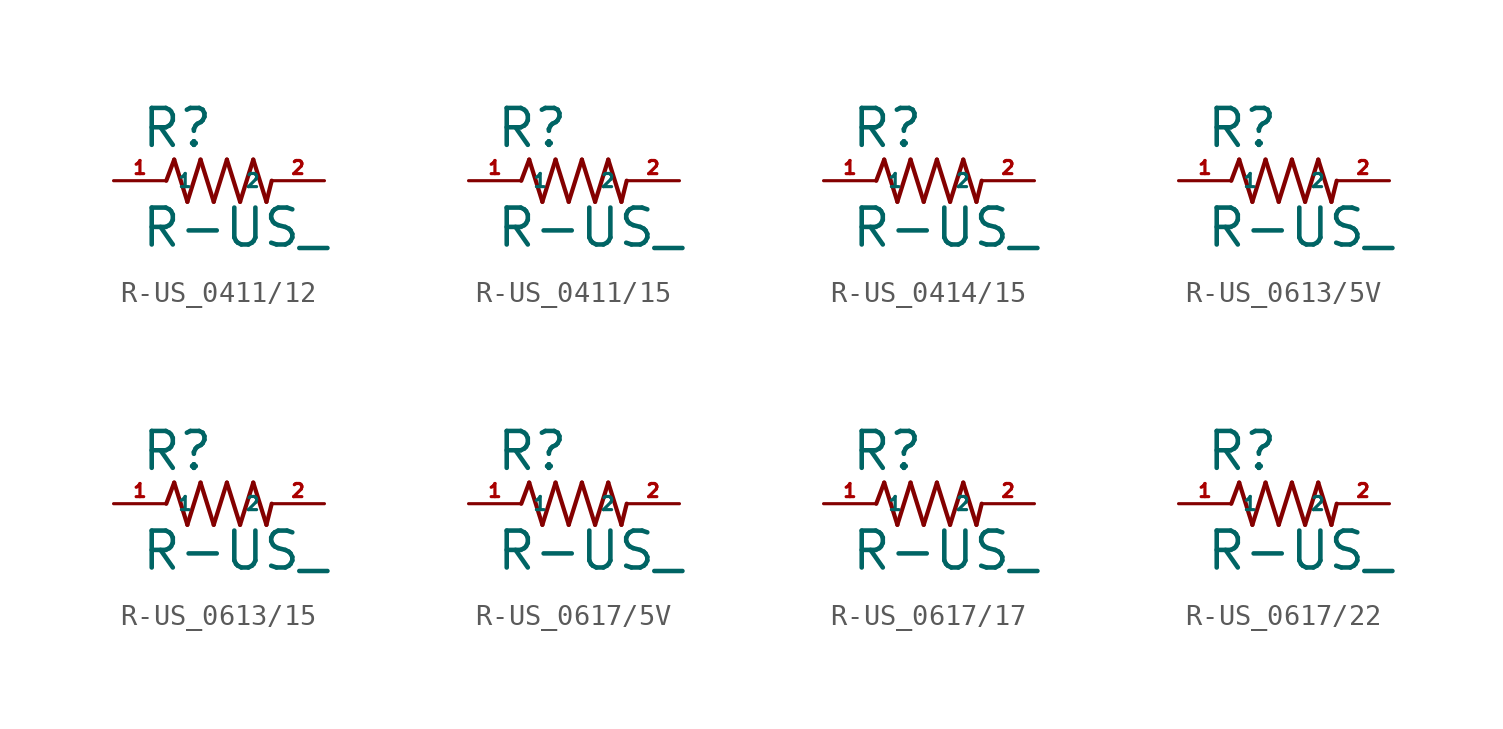
<source format=kicad_sym>
(kicad_symbol_lib
  (version 20220914)
  (generator Eagle2Kicad)
  (symbol "R-US_0411/12"
    (property "Reference" "R"
      (at -3.81 1.499 0)
      (effects (font (size 1.778 1.778) (thickness 0.22)) (justify left bottom)))
    (property "Value" "R-US_"
      (at -3.81 -3.302 0)
      (effects (font (size 1.778 1.778) (thickness 0.22)) (justify left bottom)))
    (polyline
      (pts (xy -2.54 0) (xy -2.159 1.016))
      (stroke (width 0.203) (type default))
      (fill (type none)))
    (polyline
      (pts (xy -2.159 1.016) (xy -1.524 -1.016))
      (stroke (width 0.203) (type default))
      (fill (type none)))
    (polyline
      (pts (xy -1.524 -1.016) (xy -0.889 1.016))
      (stroke (width 0.203) (type default))
      (fill (type none)))
    (polyline
      (pts (xy -0.889 1.016) (xy -0.254 -1.016))
      (stroke (width 0.203) (type default))
      (fill (type none)))
    (polyline
      (pts (xy -0.254 -1.016) (xy 0.381 1.016))
      (stroke (width 0.203) (type default))
      (fill (type none)))
    (polyline
      (pts (xy 0.381 1.016) (xy 1.016 -1.016))
      (stroke (width 0.203) (type default))
      (fill (type none)))
    (polyline
      (pts (xy 1.016 -1.016) (xy 1.651 1.016))
      (stroke (width 0.203) (type default))
      (fill (type none)))
    (polyline
      (pts (xy 1.651 1.016) (xy 2.286 -1.016))
      (stroke (width 0.203) (type default))
      (fill (type none)))
    (polyline
      (pts (xy 2.286 -1.016) (xy 2.54 0))
      (stroke (width 0.203) (type default))
      (fill (type none)))
    (pin passive line
      (at 5.08 0 180)
      (length 2.54)
      (name "2" (effects (font (size 0.635 0.635) (thickness 0.08)) (justify left bottom)))
      (number "2" (effects (font (size 0.635 0.635) (thickness 0.08)) (justify left bottom))))
    (pin passive line
      (at -5.08 0 0)
      (length 2.54)
      (name "1" (effects (font (size 0.635 0.635) (thickness 0.08)) (justify left bottom)))
      (number "1" (effects (font (size 0.635 0.635) (thickness 0.08)) (justify left bottom)))))
  (symbol "R-US_0411/15"
    (property "Reference" "R"
      (at -3.81 1.499 0)
      (effects (font (size 1.778 1.778) (thickness 0.22)) (justify left bottom)))
    (property "Value" "R-US_"
      (at -3.81 -3.302 0)
      (effects (font (size 1.778 1.778) (thickness 0.22)) (justify left bottom)))
    (polyline
      (pts (xy -2.54 0) (xy -2.159 1.016))
      (stroke (width 0.203) (type default))
      (fill (type none)))
    (polyline
      (pts (xy -2.159 1.016) (xy -1.524 -1.016))
      (stroke (width 0.203) (type default))
      (fill (type none)))
    (polyline
      (pts (xy -1.524 -1.016) (xy -0.889 1.016))
      (stroke (width 0.203) (type default))
      (fill (type none)))
    (polyline
      (pts (xy -0.889 1.016) (xy -0.254 -1.016))
      (stroke (width 0.203) (type default))
      (fill (type none)))
    (polyline
      (pts (xy -0.254 -1.016) (xy 0.381 1.016))
      (stroke (width 0.203) (type default))
      (fill (type none)))
    (polyline
      (pts (xy 0.381 1.016) (xy 1.016 -1.016))
      (stroke (width 0.203) (type default))
      (fill (type none)))
    (polyline
      (pts (xy 1.016 -1.016) (xy 1.651 1.016))
      (stroke (width 0.203) (type default))
      (fill (type none)))
    (polyline
      (pts (xy 1.651 1.016) (xy 2.286 -1.016))
      (stroke (width 0.203) (type default))
      (fill (type none)))
    (polyline
      (pts (xy 2.286 -1.016) (xy 2.54 0))
      (stroke (width 0.203) (type default))
      (fill (type none)))
    (pin passive line
      (at 5.08 0 180)
      (length 2.54)
      (name "2" (effects (font (size 0.635 0.635) (thickness 0.08)) (justify left bottom)))
      (number "2" (effects (font (size 0.635 0.635) (thickness 0.08)) (justify left bottom))))
    (pin passive line
      (at -5.08 0 0)
      (length 2.54)
      (name "1" (effects (font (size 0.635 0.635) (thickness 0.08)) (justify left bottom)))
      (number "1" (effects (font (size 0.635 0.635) (thickness 0.08)) (justify left bottom)))))
  (symbol "R-US_0414/15"
    (property "Reference" "R"
      (at -3.81 1.499 0)
      (effects (font (size 1.778 1.778) (thickness 0.22)) (justify left bottom)))
    (property "Value" "R-US_"
      (at -3.81 -3.302 0)
      (effects (font (size 1.778 1.778) (thickness 0.22)) (justify left bottom)))
    (polyline
      (pts (xy -2.54 0) (xy -2.159 1.016))
      (stroke (width 0.203) (type default))
      (fill (type none)))
    (polyline
      (pts (xy -2.159 1.016) (xy -1.524 -1.016))
      (stroke (width 0.203) (type default))
      (fill (type none)))
    (polyline
      (pts (xy -1.524 -1.016) (xy -0.889 1.016))
      (stroke (width 0.203) (type default))
      (fill (type none)))
    (polyline
      (pts (xy -0.889 1.016) (xy -0.254 -1.016))
      (stroke (width 0.203) (type default))
      (fill (type none)))
    (polyline
      (pts (xy -0.254 -1.016) (xy 0.381 1.016))
      (stroke (width 0.203) (type default))
      (fill (type none)))
    (polyline
      (pts (xy 0.381 1.016) (xy 1.016 -1.016))
      (stroke (width 0.203) (type default))
      (fill (type none)))
    (polyline
      (pts (xy 1.016 -1.016) (xy 1.651 1.016))
      (stroke (width 0.203) (type default))
      (fill (type none)))
    (polyline
      (pts (xy 1.651 1.016) (xy 2.286 -1.016))
      (stroke (width 0.203) (type default))
      (fill (type none)))
    (polyline
      (pts (xy 2.286 -1.016) (xy 2.54 0))
      (stroke (width 0.203) (type default))
      (fill (type none)))
    (pin passive line
      (at 5.08 0 180)
      (length 2.54)
      (name "2" (effects (font (size 0.635 0.635) (thickness 0.08)) (justify left bottom)))
      (number "2" (effects (font (size 0.635 0.635) (thickness 0.08)) (justify left bottom))))
    (pin passive line
      (at -5.08 0 0)
      (length 2.54)
      (name "1" (effects (font (size 0.635 0.635) (thickness 0.08)) (justify left bottom)))
      (number "1" (effects (font (size 0.635 0.635) (thickness 0.08)) (justify left bottom)))))
  (symbol "R-US_0613/5V"
    (property "Reference" "R"
      (at -3.81 1.499 0)
      (effects (font (size 1.778 1.778) (thickness 0.22)) (justify left bottom)))
    (property "Value" "R-US_"
      (at -3.81 -3.302 0)
      (effects (font (size 1.778 1.778) (thickness 0.22)) (justify left bottom)))
    (polyline
      (pts (xy -2.54 0) (xy -2.159 1.016))
      (stroke (width 0.203) (type default))
      (fill (type none)))
    (polyline
      (pts (xy -2.159 1.016) (xy -1.524 -1.016))
      (stroke (width 0.203) (type default))
      (fill (type none)))
    (polyline
      (pts (xy -1.524 -1.016) (xy -0.889 1.016))
      (stroke (width 0.203) (type default))
      (fill (type none)))
    (polyline
      (pts (xy -0.889 1.016) (xy -0.254 -1.016))
      (stroke (width 0.203) (type default))
      (fill (type none)))
    (polyline
      (pts (xy -0.254 -1.016) (xy 0.381 1.016))
      (stroke (width 0.203) (type default))
      (fill (type none)))
    (polyline
      (pts (xy 0.381 1.016) (xy 1.016 -1.016))
      (stroke (width 0.203) (type default))
      (fill (type none)))
    (polyline
      (pts (xy 1.016 -1.016) (xy 1.651 1.016))
      (stroke (width 0.203) (type default))
      (fill (type none)))
    (polyline
      (pts (xy 1.651 1.016) (xy 2.286 -1.016))
      (stroke (width 0.203) (type default))
      (fill (type none)))
    (polyline
      (pts (xy 2.286 -1.016) (xy 2.54 0))
      (stroke (width 0.203) (type default))
      (fill (type none)))
    (pin passive line
      (at 5.08 0 180)
      (length 2.54)
      (name "2" (effects (font (size 0.635 0.635) (thickness 0.08)) (justify left bottom)))
      (number "2" (effects (font (size 0.635 0.635) (thickness 0.08)) (justify left bottom))))
    (pin passive line
      (at -5.08 0 0)
      (length 2.54)
      (name "1" (effects (font (size 0.635 0.635) (thickness 0.08)) (justify left bottom)))
      (number "1" (effects (font (size 0.635 0.635) (thickness 0.08)) (justify left bottom)))))
  (symbol "R-US_0613/15"
    (property "Reference" "R"
      (at -3.81 1.499 0)
      (effects (font (size 1.778 1.778) (thickness 0.22)) (justify left bottom)))
    (property "Value" "R-US_"
      (at -3.81 -3.302 0)
      (effects (font (size 1.778 1.778) (thickness 0.22)) (justify left bottom)))
    (polyline
      (pts (xy -2.54 0) (xy -2.159 1.016))
      (stroke (width 0.203) (type default))
      (fill (type none)))
    (polyline
      (pts (xy -2.159 1.016) (xy -1.524 -1.016))
      (stroke (width 0.203) (type default))
      (fill (type none)))
    (polyline
      (pts (xy -1.524 -1.016) (xy -0.889 1.016))
      (stroke (width 0.203) (type default))
      (fill (type none)))
    (polyline
      (pts (xy -0.889 1.016) (xy -0.254 -1.016))
      (stroke (width 0.203) (type default))
      (fill (type none)))
    (polyline
      (pts (xy -0.254 -1.016) (xy 0.381 1.016))
      (stroke (width 0.203) (type default))
      (fill (type none)))
    (polyline
      (pts (xy 0.381 1.016) (xy 1.016 -1.016))
      (stroke (width 0.203) (type default))
      (fill (type none)))
    (polyline
      (pts (xy 1.016 -1.016) (xy 1.651 1.016))
      (stroke (width 0.203) (type default))
      (fill (type none)))
    (polyline
      (pts (xy 1.651 1.016) (xy 2.286 -1.016))
      (stroke (width 0.203) (type default))
      (fill (type none)))
    (polyline
      (pts (xy 2.286 -1.016) (xy 2.54 0))
      (stroke (width 0.203) (type default))
      (fill (type none)))
    (pin passive line
      (at 5.08 0 180)
      (length 2.54)
      (name "2" (effects (font (size 0.635 0.635) (thickness 0.08)) (justify left bottom)))
      (number "2" (effects (font (size 0.635 0.635) (thickness 0.08)) (justify left bottom))))
    (pin passive line
      (at -5.08 0 0)
      (length 2.54)
      (name "1" (effects (font (size 0.635 0.635) (thickness 0.08)) (justify left bottom)))
      (number "1" (effects (font (size 0.635 0.635) (thickness 0.08)) (justify left bottom)))))
  (symbol "R-US_0617/5V"
    (property "Reference" "R"
      (at -3.81 1.499 0)
      (effects (font (size 1.778 1.778) (thickness 0.22)) (justify left bottom)))
    (property "Value" "R-US_"
      (at -3.81 -3.302 0)
      (effects (font (size 1.778 1.778) (thickness 0.22)) (justify left bottom)))
    (polyline
      (pts (xy -2.54 0) (xy -2.159 1.016))
      (stroke (width 0.203) (type default))
      (fill (type none)))
    (polyline
      (pts (xy -2.159 1.016) (xy -1.524 -1.016))
      (stroke (width 0.203) (type default))
      (fill (type none)))
    (polyline
      (pts (xy -1.524 -1.016) (xy -0.889 1.016))
      (stroke (width 0.203) (type default))
      (fill (type none)))
    (polyline
      (pts (xy -0.889 1.016) (xy -0.254 -1.016))
      (stroke (width 0.203) (type default))
      (fill (type none)))
    (polyline
      (pts (xy -0.254 -1.016) (xy 0.381 1.016))
      (stroke (width 0.203) (type default))
      (fill (type none)))
    (polyline
      (pts (xy 0.381 1.016) (xy 1.016 -1.016))
      (stroke (width 0.203) (type default))
      (fill (type none)))
    (polyline
      (pts (xy 1.016 -1.016) (xy 1.651 1.016))
      (stroke (width 0.203) (type default))
      (fill (type none)))
    (polyline
      (pts (xy 1.651 1.016) (xy 2.286 -1.016))
      (stroke (width 0.203) (type default))
      (fill (type none)))
    (polyline
      (pts (xy 2.286 -1.016) (xy 2.54 0))
      (stroke (width 0.203) (type default))
      (fill (type none)))
    (pin passive line
      (at 5.08 0 180)
      (length 2.54)
      (name "2" (effects (font (size 0.635 0.635) (thickness 0.08)) (justify left bottom)))
      (number "2" (effects (font (size 0.635 0.635) (thickness 0.08)) (justify left bottom))))
    (pin passive line
      (at -5.08 0 0)
      (length 2.54)
      (name "1" (effects (font (size 0.635 0.635) (thickness 0.08)) (justify left bottom)))
      (number "1" (effects (font (size 0.635 0.635) (thickness 0.08)) (justify left bottom)))))
  (symbol "R-US_0617/17"
    (property "Reference" "R"
      (at -3.81 1.499 0)
      (effects (font (size 1.778 1.778) (thickness 0.22)) (justify left bottom)))
    (property "Value" "R-US_"
      (at -3.81 -3.302 0)
      (effects (font (size 1.778 1.778) (thickness 0.22)) (justify left bottom)))
    (polyline
      (pts (xy -2.54 0) (xy -2.159 1.016))
      (stroke (width 0.203) (type default))
      (fill (type none)))
    (polyline
      (pts (xy -2.159 1.016) (xy -1.524 -1.016))
      (stroke (width 0.203) (type default))
      (fill (type none)))
    (polyline
      (pts (xy -1.524 -1.016) (xy -0.889 1.016))
      (stroke (width 0.203) (type default))
      (fill (type none)))
    (polyline
      (pts (xy -0.889 1.016) (xy -0.254 -1.016))
      (stroke (width 0.203) (type default))
      (fill (type none)))
    (polyline
      (pts (xy -0.254 -1.016) (xy 0.381 1.016))
      (stroke (width 0.203) (type default))
      (fill (type none)))
    (polyline
      (pts (xy 0.381 1.016) (xy 1.016 -1.016))
      (stroke (width 0.203) (type default))
      (fill (type none)))
    (polyline
      (pts (xy 1.016 -1.016) (xy 1.651 1.016))
      (stroke (width 0.203) (type default))
      (fill (type none)))
    (polyline
      (pts (xy 1.651 1.016) (xy 2.286 -1.016))
      (stroke (width 0.203) (type default))
      (fill (type none)))
    (polyline
      (pts (xy 2.286 -1.016) (xy 2.54 0))
      (stroke (width 0.203) (type default))
      (fill (type none)))
    (pin passive line
      (at 5.08 0 180)
      (length 2.54)
      (name "2" (effects (font (size 0.635 0.635) (thickness 0.08)) (justify left bottom)))
      (number "2" (effects (font (size 0.635 0.635) (thickness 0.08)) (justify left bottom))))
    (pin passive line
      (at -5.08 0 0)
      (length 2.54)
      (name "1" (effects (font (size 0.635 0.635) (thickness 0.08)) (justify left bottom)))
      (number "1" (effects (font (size 0.635 0.635) (thickness 0.08)) (justify left bottom)))))
  (symbol "R-US_0617/22"
    (property "Reference" "R"
      (at -3.81 1.499 0)
      (effects (font (size 1.778 1.778) (thickness 0.22)) (justify left bottom)))
    (property "Value" "R-US_"
      (at -3.81 -3.302 0)
      (effects (font (size 1.778 1.778) (thickness 0.22)) (justify left bottom)))
    (polyline
      (pts (xy -2.54 0) (xy -2.159 1.016))
      (stroke (width 0.203) (type default))
      (fill (type none)))
    (polyline
      (pts (xy -2.159 1.016) (xy -1.524 -1.016))
      (stroke (width 0.203) (type default))
      (fill (type none)))
    (polyline
      (pts (xy -1.524 -1.016) (xy -0.889 1.016))
      (stroke (width 0.203) (type default))
      (fill (type none)))
    (polyline
      (pts (xy -0.889 1.016) (xy -0.254 -1.016))
      (stroke (width 0.203) (type default))
      (fill (type none)))
    (polyline
      (pts (xy -0.254 -1.016) (xy 0.381 1.016))
      (stroke (width 0.203) (type default))
      (fill (type none)))
    (polyline
      (pts (xy 0.381 1.016) (xy 1.016 -1.016))
      (stroke (width 0.203) (type default))
      (fill (type none)))
    (polyline
      (pts (xy 1.016 -1.016) (xy 1.651 1.016))
      (stroke (width 0.203) (type default))
      (fill (type none)))
    (polyline
      (pts (xy 1.651 1.016) (xy 2.286 -1.016))
      (stroke (width 0.203) (type default))
      (fill (type none)))
    (polyline
      (pts (xy 2.286 -1.016) (xy 2.54 0))
      (stroke (width 0.203) (type default))
      (fill (type none)))
    (pin passive line
      (at 5.08 0 180)
      (length 2.54)
      (name "2" (effects (font (size 0.635 0.635) (thickness 0.08)) (justify left bottom)))
      (number "2" (effects (font (size 0.635 0.635) (thickness 0.08)) (justify left bottom))))
    (pin passive line
      (at -5.08 0 0)
      (length 2.54)
      (name "1" (effects (font (size 0.635 0.635) (thickness 0.08)) (justify left bottom)))
      (number "1" (effects (font (size 0.635 0.635) (thickness 0.08)) (justify left bottom))))))
</source>
